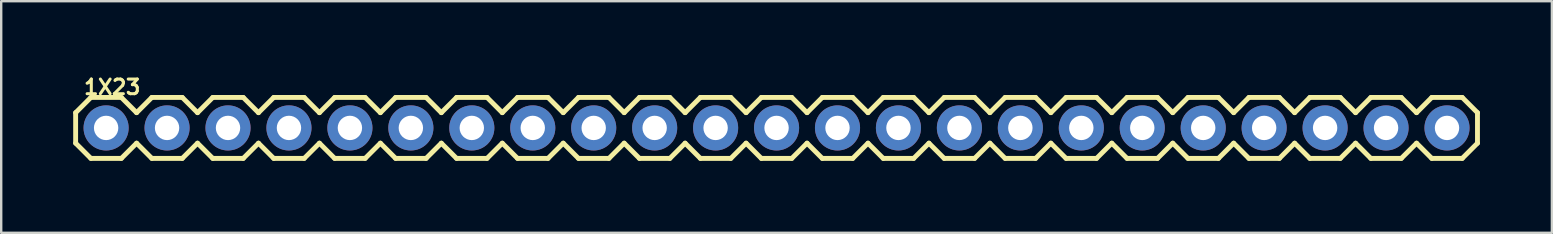
<source format=kicad_pcb>
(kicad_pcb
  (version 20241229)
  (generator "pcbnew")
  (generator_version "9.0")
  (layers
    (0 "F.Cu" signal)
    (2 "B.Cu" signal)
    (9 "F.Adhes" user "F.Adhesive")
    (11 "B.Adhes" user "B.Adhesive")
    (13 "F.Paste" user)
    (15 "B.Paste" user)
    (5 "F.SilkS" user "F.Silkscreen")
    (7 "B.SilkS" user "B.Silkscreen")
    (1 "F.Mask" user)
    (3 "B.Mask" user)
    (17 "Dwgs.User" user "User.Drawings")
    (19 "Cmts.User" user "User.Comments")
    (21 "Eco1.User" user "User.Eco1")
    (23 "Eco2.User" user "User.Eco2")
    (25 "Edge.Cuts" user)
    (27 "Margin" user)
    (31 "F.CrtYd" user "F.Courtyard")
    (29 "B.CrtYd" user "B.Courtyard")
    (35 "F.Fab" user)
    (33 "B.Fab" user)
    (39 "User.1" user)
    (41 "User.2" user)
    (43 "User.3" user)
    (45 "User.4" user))
  (footprint "1X23"
    (layer "F.Cu")
    (at 28.042 2.281)
    (property "Reference" "1X23" (at -26.416 -1.702 0) (layer "F.SilkS") (effects (font (size 0.61 0.61) (thickness 0.127))))
    (attr exclude_from_pos_files exclude_from_bom)
    (fp_line (start -27.94 -0.635) (end -27.94 0.635) (stroke (width 0.203) (type solid)) (layer "F.SilkS"))
    (fp_line (start -27.94 -0.635) (end -27.305 -1.27) (stroke (width 0.203) (type solid)) (layer "F.SilkS"))
    (fp_line (start -27.305 -1.27) (end -26.035 -1.27) (stroke (width 0.203) (type solid)) (layer "F.SilkS"))
    (fp_line (start -27.305 1.27) (end -27.94 0.635) (stroke (width 0.203) (type solid)) (layer "F.SilkS"))
    (fp_line (start -26.035 -1.27) (end -25.4 -0.635) (stroke (width 0.203) (type solid)) (layer "F.SilkS"))
    (fp_line (start -26.035 1.27) (end -27.305 1.27) (stroke (width 0.203) (type solid)) (layer "F.SilkS"))
    (fp_line (start -25.4 -0.635) (end -24.765 -1.27) (stroke (width 0.203) (type solid)) (layer "F.SilkS"))
    (fp_line (start -25.4 0.635) (end -26.035 1.27) (stroke (width 0.203) (type solid)) (layer "F.SilkS"))
    (fp_line (start -24.765 -1.27) (end -23.495 -1.27) (stroke (width 0.203) (type solid)) (layer "F.SilkS"))
    (fp_line (start -24.765 1.27) (end -25.4 0.635) (stroke (width 0.203) (type solid)) (layer "F.SilkS"))
    (fp_line (start -23.495 -1.27) (end -22.86 -0.635) (stroke (width 0.203) (type solid)) (layer "F.SilkS"))
    (fp_line (start -23.495 1.27) (end -24.765 1.27) (stroke (width 0.203) (type solid)) (layer "F.SilkS"))
    (fp_line (start -22.86 0.635) (end -23.495 1.27) (stroke (width 0.203) (type solid)) (layer "F.SilkS"))
    (fp_line (start -22.86 0.635) (end -22.225 1.27) (stroke (width 0.203) (type solid)) (layer "F.SilkS"))
    (fp_line (start -22.225 -1.27) (end -22.86 -0.635) (stroke (width 0.203) (type solid)) (layer "F.SilkS"))
    (fp_line (start -22.225 -1.27) (end -20.955 -1.27) (stroke (width 0.203) (type solid)) (layer "F.SilkS"))
    (fp_line (start -20.955 -1.27) (end -20.32 -0.635) (stroke (width 0.203) (type solid)) (layer "F.SilkS"))
    (fp_line (start -20.955 1.27) (end -22.225 1.27) (stroke (width 0.203) (type solid)) (layer "F.SilkS"))
    (fp_line (start -20.32 -0.635) (end -19.685 -1.27) (stroke (width 0.203) (type solid)) (layer "F.SilkS"))
    (fp_line (start -20.32 0.635) (end -20.955 1.27) (stroke (width 0.203) (type solid)) (layer "F.SilkS"))
    (fp_line (start -19.685 -1.27) (end -18.415 -1.27) (stroke (width 0.203) (type solid)) (layer "F.SilkS"))
    (fp_line (start -19.685 1.27) (end -20.32 0.635) (stroke (width 0.203) (type solid)) (layer "F.SilkS"))
    (fp_line (start -18.415 -1.27) (end -17.78 -0.635) (stroke (width 0.203) (type solid)) (layer "F.SilkS"))
    (fp_line (start -18.415 1.27) (end -19.685 1.27) (stroke (width 0.203) (type solid)) (layer "F.SilkS"))
    (fp_line (start -17.78 -0.635) (end -17.145 -1.27) (stroke (width 0.203) (type solid)) (layer "F.SilkS"))
    (fp_line (start -17.78 0.635) (end -18.415 1.27) (stroke (width 0.203) (type solid)) (layer "F.SilkS"))
    (fp_line (start -17.145 -1.27) (end -15.875 -1.27) (stroke (width 0.203) (type solid)) (layer "F.SilkS"))
    (fp_line (start -17.145 1.27) (end -17.78 0.635) (stroke (width 0.203) (type solid)) (layer "F.SilkS"))
    (fp_line (start -15.875 -1.27) (end -15.24 -0.635) (stroke (width 0.203) (type solid)) (layer "F.SilkS"))
    (fp_line (start -15.875 1.27) (end -17.145 1.27) (stroke (width 0.203) (type solid)) (layer "F.SilkS"))
    (fp_line (start -15.24 0.635) (end -15.875 1.27) (stroke (width 0.203) (type solid)) (layer "F.SilkS"))
    (fp_line (start -15.24 0.635) (end -14.605 1.27) (stroke (width 0.203) (type solid)) (layer "F.SilkS"))
    (fp_line (start -14.605 -1.27) (end -15.24 -0.635) (stroke (width 0.203) (type solid)) (layer "F.SilkS"))
    (fp_line (start -14.605 -1.27) (end -13.335 -1.27) (stroke (width 0.203) (type solid)) (layer "F.SilkS"))
    (fp_line (start -13.335 -1.27) (end -12.7 -0.635) (stroke (width 0.203) (type solid)) (layer "F.SilkS"))
    (fp_line (start -13.335 1.27) (end -14.605 1.27) (stroke (width 0.203) (type solid)) (layer "F.SilkS"))
    (fp_line (start -12.7 0.635) (end -13.335 1.27) (stroke (width 0.203) (type solid)) (layer "F.SilkS"))
    (fp_line (start -12.7 0.635) (end -12.065 1.27) (stroke (width 0.203) (type solid)) (layer "F.SilkS"))
    (fp_line (start -12.065 -1.27) (end -12.7 -0.635) (stroke (width 0.203) (type solid)) (layer "F.SilkS"))
    (fp_line (start -12.065 -1.27) (end -10.795 -1.27) (stroke (width 0.203) (type solid)) (layer "F.SilkS"))
    (fp_line (start -10.795 -1.27) (end -10.16 -0.635) (stroke (width 0.203) (type solid)) (layer "F.SilkS"))
    (fp_line (start -10.795 1.27) (end -12.065 1.27) (stroke (width 0.203) (type solid)) (layer "F.SilkS"))
    (fp_line (start -10.16 -0.635) (end -9.525 -1.27) (stroke (width 0.203) (type solid)) (layer "F.SilkS"))
    (fp_line (start -10.16 0.635) (end -10.795 1.27) (stroke (width 0.203) (type solid)) (layer "F.SilkS"))
    (fp_line (start -9.525 -1.27) (end -8.255 -1.27) (stroke (width 0.203) (type solid)) (layer "F.SilkS"))
    (fp_line (start -9.525 1.27) (end -10.16 0.635) (stroke (width 0.203) (type solid)) (layer "F.SilkS"))
    (fp_line (start -8.255 -1.27) (end -7.62 -0.635) (stroke (width 0.203) (type solid)) (layer "F.SilkS"))
    (fp_line (start -8.255 1.27) (end -9.525 1.27) (stroke (width 0.203) (type solid)) (layer "F.SilkS"))
    (fp_line (start -7.62 -0.635) (end -6.985 -1.27) (stroke (width 0.203) (type solid)) (layer "F.SilkS"))
    (fp_line (start -7.62 0.635) (end -8.255 1.27) (stroke (width 0.203) (type solid)) (layer "F.SilkS"))
    (fp_line (start -6.985 -1.27) (end -5.715 -1.27) (stroke (width 0.203) (type solid)) (layer "F.SilkS"))
    (fp_line (start -6.985 1.27) (end -7.62 0.635) (stroke (width 0.203) (type solid)) (layer "F.SilkS"))
    (fp_line (start -5.715 -1.27) (end -5.08 -0.635) (stroke (width 0.203) (type solid)) (layer "F.SilkS"))
    (fp_line (start -5.715 1.27) (end -6.985 1.27) (stroke (width 0.203) (type solid)) (layer "F.SilkS"))
    (fp_line (start -5.08 0.635) (end -5.715 1.27) (stroke (width 0.203) (type solid)) (layer "F.SilkS"))
    (fp_line (start -5.08 0.635) (end -4.445 1.27) (stroke (width 0.203) (type solid)) (layer "F.SilkS"))
    (fp_line (start -4.445 -1.27) (end -5.08 -0.635) (stroke (width 0.203) (type solid)) (layer "F.SilkS"))
    (fp_line (start -4.445 -1.27) (end -3.175 -1.27) (stroke (width 0.203) (type solid)) (layer "F.SilkS"))
    (fp_line (start -3.175 -1.27) (end -2.54 -0.635) (stroke (width 0.203) (type solid)) (layer "F.SilkS"))
    (fp_line (start -3.175 1.27) (end -4.445 1.27) (stroke (width 0.203) (type solid)) (layer "F.SilkS"))
    (fp_line (start -2.54 -0.635) (end -1.905 -1.27) (stroke (width 0.203) (type solid)) (layer "F.SilkS"))
    (fp_line (start -2.54 0.635) (end -3.175 1.27) (stroke (width 0.203) (type solid)) (layer "F.SilkS"))
    (fp_line (start -1.905 -1.27) (end -0.635 -1.27) (stroke (width 0.203) (type solid)) (layer "F.SilkS"))
    (fp_line (start -1.905 1.27) (end -2.54 0.635) (stroke (width 0.203) (type solid)) (layer "F.SilkS"))
    (fp_line (start -0.635 -1.27) (end 0 -0.635) (stroke (width 0.203) (type solid)) (layer "F.SilkS"))
    (fp_line (start -0.635 1.27) (end -1.905 1.27) (stroke (width 0.203) (type solid)) (layer "F.SilkS"))
    (fp_line (start 0 -0.635) (end 0.635 -1.27) (stroke (width 0.203) (type solid)) (layer "F.SilkS"))
    (fp_line (start 0 0.635) (end -0.635 1.27) (stroke (width 0.203) (type solid)) (layer "F.SilkS"))
    (fp_line (start 0.635 -1.27) (end 1.905 -1.27) (stroke (width 0.203) (type solid)) (layer "F.SilkS"))
    (fp_line (start 0.635 1.27) (end 0 0.635) (stroke (width 0.203) (type solid)) (layer "F.SilkS"))
    (fp_line (start 1.905 -1.27) (end 2.54 -0.635) (stroke (width 0.203) (type solid)) (layer "F.SilkS"))
    (fp_line (start 1.905 1.27) (end 0.635 1.27) (stroke (width 0.203) (type solid)) (layer "F.SilkS"))
    (fp_line (start 2.54 0.635) (end 1.905 1.27) (stroke (width 0.203) (type solid)) (layer "F.SilkS"))
    (fp_line (start 2.54 0.635) (end 3.175 1.27) (stroke (width 0.203) (type solid)) (layer "F.SilkS"))
    (fp_line (start 3.175 -1.27) (end 2.54 -0.635) (stroke (width 0.203) (type solid)) (layer "F.SilkS"))
    (fp_line (start 3.175 -1.27) (end 4.445 -1.27) (stroke (width 0.203) (type solid)) (layer "F.SilkS"))
    (fp_line (start 4.445 -1.27) (end 5.08 -0.635) (stroke (width 0.203) (type solid)) (layer "F.SilkS"))
    (fp_line (start 4.445 1.27) (end 3.175 1.27) (stroke (width 0.203) (type solid)) (layer "F.SilkS"))
    (fp_line (start 5.08 0.635) (end 4.445 1.27) (stroke (width 0.203) (type solid)) (layer "F.SilkS"))
    (fp_line (start 5.08 0.635) (end 5.715 1.27) (stroke (width 0.203) (type solid)) (layer "F.SilkS"))
    (fp_line (start 5.715 -1.27) (end 5.08 -0.635) (stroke (width 0.203) (type solid)) (layer "F.SilkS"))
    (fp_line (start 5.715 -1.27) (end 6.985 -1.27) (stroke (width 0.203) (type solid)) (layer "F.SilkS"))
    (fp_line (start 6.985 -1.27) (end 7.62 -0.635) (stroke (width 0.203) (type solid)) (layer "F.SilkS"))
    (fp_line (start 6.985 1.27) (end 5.715 1.27) (stroke (width 0.203) (type solid)) (layer "F.SilkS"))
    (fp_line (start 7.62 0.635) (end 6.985 1.27) (stroke (width 0.203) (type solid)) (layer "F.SilkS"))
    (fp_line (start 7.62 0.635) (end 8.255 1.27) (stroke (width 0.203) (type solid)) (layer "F.SilkS"))
    (fp_line (start 8.255 -1.27) (end 7.62 -0.635) (stroke (width 0.203) (type solid)) (layer "F.SilkS"))
    (fp_line (start 8.255 -1.27) (end 9.525 -1.27) (stroke (width 0.203) (type solid)) (layer "F.SilkS"))
    (fp_line (start 9.525 -1.27) (end 10.16 -0.635) (stroke (width 0.203) (type solid)) (layer "F.SilkS"))
    (fp_line (start 9.525 1.27) (end 8.255 1.27) (stroke (width 0.203) (type solid)) (layer "F.SilkS"))
    (fp_line (start 10.16 0.635) (end 9.525 1.27) (stroke (width 0.203) (type solid)) (layer "F.SilkS"))
    (fp_line (start 10.16 0.635) (end 10.795 1.27) (stroke (width 0.203) (type solid)) (layer "F.SilkS"))
    (fp_line (start 10.795 -1.27) (end 10.16 -0.635) (stroke (width 0.203) (type solid)) (layer "F.SilkS"))
    (fp_line (start 10.795 -1.27) (end 12.065 -1.27) (stroke (width 0.203) (type solid)) (layer "F.SilkS"))
    (fp_line (start 12.065 -1.27) (end 12.7 -0.635) (stroke (width 0.203) (type solid)) (layer "F.SilkS"))
    (fp_line (start 12.065 1.27) (end 10.795 1.27) (stroke (width 0.203) (type solid)) (layer "F.SilkS"))
    (fp_line (start 12.7 0.635) (end 12.065 1.27) (stroke (width 0.203) (type solid)) (layer "F.SilkS"))
    (fp_line (start 12.7 0.635) (end 13.335 1.27) (stroke (width 0.203) (type solid)) (layer "F.SilkS"))
    (fp_line (start 13.335 -1.27) (end 12.7 -0.635) (stroke (width 0.203) (type solid)) (layer "F.SilkS"))
    (fp_line (start 13.335 -1.27) (end 14.605 -1.27) (stroke (width 0.203) (type solid)) (layer "F.SilkS"))
    (fp_line (start 14.605 -1.27) (end 15.24 -0.635) (stroke (width 0.203) (type solid)) (layer "F.SilkS"))
    (fp_line (start 14.605 1.27) (end 13.335 1.27) (stroke (width 0.203) (type solid)) (layer "F.SilkS"))
    (fp_line (start 15.24 0.635) (end 14.605 1.27) (stroke (width 0.203) (type solid)) (layer "F.SilkS"))
    (fp_line (start 15.24 0.635) (end 15.875 1.27) (stroke (width 0.203) (type solid)) (layer "F.SilkS"))
    (fp_line (start 15.875 -1.27) (end 15.24 -0.635) (stroke (width 0.203) (type solid)) (layer "F.SilkS"))
    (fp_line (start 15.875 -1.27) (end 17.145 -1.27) (stroke (width 0.203) (type solid)) (layer "F.SilkS"))
    (fp_line (start 17.145 -1.27) (end 17.78 -0.635) (stroke (width 0.203) (type solid)) (layer "F.SilkS"))
    (fp_line (start 17.145 1.27) (end 15.875 1.27) (stroke (width 0.203) (type solid)) (layer "F.SilkS"))
    (fp_line (start 17.78 0.635) (end 17.145 1.27) (stroke (width 0.203) (type solid)) (layer "F.SilkS"))
    (fp_line (start 17.78 0.635) (end 18.415 1.27) (stroke (width 0.203) (type solid)) (layer "F.SilkS"))
    (fp_line (start 18.415 -1.27) (end 17.78 -0.635) (stroke (width 0.203) (type solid)) (layer "F.SilkS"))
    (fp_line (start 18.415 -1.27) (end 19.685 -1.27) (stroke (width 0.203) (type solid)) (layer "F.SilkS"))
    (fp_line (start 19.685 -1.27) (end 20.32 -0.635) (stroke (width 0.203) (type solid)) (layer "F.SilkS"))
    (fp_line (start 19.685 1.27) (end 18.415 1.27) (stroke (width 0.203) (type solid)) (layer "F.SilkS"))
    (fp_line (start 20.32 0.635) (end 19.685 1.27) (stroke (width 0.203) (type solid)) (layer "F.SilkS"))
    (fp_line (start 20.32 0.635) (end 20.955 1.27) (stroke (width 0.203) (type solid)) (layer "F.SilkS"))
    (fp_line (start 20.955 -1.27) (end 20.32 -0.635) (stroke (width 0.203) (type solid)) (layer "F.SilkS"))
    (fp_line (start 20.955 -1.27) (end 22.225 -1.27) (stroke (width 0.203) (type solid)) (layer "F.SilkS"))
    (fp_line (start 22.225 -1.27) (end 22.86 -0.635) (stroke (width 0.203) (type solid)) (layer "F.SilkS"))
    (fp_line (start 22.225 1.27) (end 20.955 1.27) (stroke (width 0.203) (type solid)) (layer "F.SilkS"))
    (fp_line (start 22.86 0.635) (end 22.225 1.27) (stroke (width 0.203) (type solid)) (layer "F.SilkS"))
    (fp_line (start 22.86 0.635) (end 23.495 1.27) (stroke (width 0.203) (type solid)) (layer "F.SilkS"))
    (fp_line (start 23.495 -1.27) (end 22.86 -0.635) (stroke (width 0.203) (type solid)) (layer "F.SilkS"))
    (fp_line (start 23.495 -1.27) (end 24.765 -1.27) (stroke (width 0.203) (type solid)) (layer "F.SilkS"))
    (fp_line (start 24.765 -1.27) (end 25.4 -0.635) (stroke (width 0.203) (type solid)) (layer "F.SilkS"))
    (fp_line (start 24.765 1.27) (end 23.495 1.27) (stroke (width 0.203) (type solid)) (layer "F.SilkS"))
    (fp_line (start 25.4 0.635) (end 24.765 1.27) (stroke (width 0.203) (type solid)) (layer "F.SilkS"))
    (fp_line (start 25.4 0.635) (end 26.035 1.27) (stroke (width 0.203) (type solid)) (layer "F.SilkS"))
    (fp_line (start 26.035 -1.27) (end 25.4 -0.635) (stroke (width 0.203) (type solid)) (layer "F.SilkS"))
    (fp_line (start 26.035 -1.27) (end 27.305 -1.27) (stroke (width 0.203) (type solid)) (layer "F.SilkS"))
    (fp_line (start 27.305 -1.27) (end 27.94 -0.635) (stroke (width 0.203) (type solid)) (layer "F.SilkS"))
    (fp_line (start 27.305 1.27) (end 26.035 1.27) (stroke (width 0.203) (type solid)) (layer "F.SilkS"))
    (fp_line (start 27.94 0.635) (end 27.305 1.27) (stroke (width 0.203) (type solid)) (layer "F.SilkS"))
    (fp_line (start 27.94 0.635) (end 28.575 1.27) (stroke (width 0.203) (type solid)) (layer "F.SilkS"))
    (fp_line (start 28.575 -1.27) (end 27.94 -0.635) (stroke (width 0.203) (type solid)) (layer "F.SilkS"))
    (fp_line (start 28.575 -1.27) (end 29.845 -1.27) (stroke (width 0.203) (type solid)) (layer "F.SilkS"))
    (fp_line (start 29.845 -1.27) (end 30.48 -0.635) (stroke (width 0.203) (type solid)) (layer "F.SilkS"))
    (fp_line (start 29.845 1.27) (end 28.575 1.27) (stroke (width 0.203) (type solid)) (layer "F.SilkS"))
    (fp_line (start 30.48 -0.635) (end 30.48 0.635) (stroke (width 0.203) (type solid)) (layer "F.SilkS"))
    (fp_line (start 30.48 0.635) (end 29.845 1.27) (stroke (width 0.203) (type solid)) (layer "F.SilkS"))
    (fp_line (start -26.924 -0.254) (end -26.416 -0.254) (stroke (width 0.066) (type solid)) (layer "Dwgs.User"))
    (fp_line (start -26.924 0.254) (end -26.924 -0.254) (stroke (width 0.066) (type solid)) (layer "Dwgs.User"))
    (fp_line (start -26.924 0.254) (end -26.416 0.254) (stroke (width 0.066) (type solid)) (layer "Dwgs.User"))
    (fp_line (start -26.416 0.254) (end -26.416 -0.254) (stroke (width 0.066) (type solid)) (layer "Dwgs.User"))
    (fp_line (start -24.384 -0.254) (end -23.876 -0.254) (stroke (width 0.066) (type solid)) (layer "Dwgs.User"))
    (fp_line (start -24.384 0.254) (end -24.384 -0.254) (stroke (width 0.066) (type solid)) (layer "Dwgs.User"))
    (fp_line (start -24.384 0.254) (end -23.876 0.254) (stroke (width 0.066) (type solid)) (layer "Dwgs.User"))
    (fp_line (start -23.876 0.254) (end -23.876 -0.254) (stroke (width 0.066) (type solid)) (layer "Dwgs.User"))
    (fp_line (start -21.844 -0.254) (end -21.336 -0.254) (stroke (width 0.066) (type solid)) (layer "Dwgs.User"))
    (fp_line (start -21.844 0.254) (end -21.844 -0.254) (stroke (width 0.066) (type solid)) (layer "Dwgs.User"))
    (fp_line (start -21.844 0.254) (end -21.336 0.254) (stroke (width 0.066) (type solid)) (layer "Dwgs.User"))
    (fp_line (start -21.336 0.254) (end -21.336 -0.254) (stroke (width 0.066) (type solid)) (layer "Dwgs.User"))
    (fp_line (start -19.304 -0.254) (end -18.796 -0.254) (stroke (width 0.066) (type solid)) (layer "Dwgs.User"))
    (fp_line (start -19.304 0.254) (end -19.304 -0.254) (stroke (width 0.066) (type solid)) (layer "Dwgs.User"))
    (fp_line (start -19.304 0.254) (end -18.796 0.254) (stroke (width 0.066) (type solid)) (layer "Dwgs.User"))
    (fp_line (start -18.796 0.254) (end -18.796 -0.254) (stroke (width 0.066) (type solid)) (layer "Dwgs.User"))
    (fp_line (start -16.764 -0.254) (end -16.256 -0.254) (stroke (width 0.066) (type solid)) (layer "Dwgs.User"))
    (fp_line (start -16.764 0.254) (end -16.764 -0.254) (stroke (width 0.066) (type solid)) (layer "Dwgs.User"))
    (fp_line (start -16.764 0.254) (end -16.256 0.254) (stroke (width 0.066) (type solid)) (layer "Dwgs.User"))
    (fp_line (start -16.256 0.254) (end -16.256 -0.254) (stroke (width 0.066) (type solid)) (layer "Dwgs.User"))
    (fp_line (start -14.224 -0.254) (end -13.716 -0.254) (stroke (width 0.066) (type solid)) (layer "Dwgs.User"))
    (fp_line (start -14.224 0.254) (end -14.224 -0.254) (stroke (width 0.066) (type solid)) (layer "Dwgs.User"))
    (fp_line (start -14.224 0.254) (end -13.716 0.254) (stroke (width 0.066) (type solid)) (layer "Dwgs.User"))
    (fp_line (start -13.716 0.254) (end -13.716 -0.254) (stroke (width 0.066) (type solid)) (layer "Dwgs.User"))
    (fp_line (start -11.684 -0.254) (end -11.176 -0.254) (stroke (width 0.066) (type solid)) (layer "Dwgs.User"))
    (fp_line (start -11.684 0.254) (end -11.684 -0.254) (stroke (width 0.066) (type solid)) (layer "Dwgs.User"))
    (fp_line (start -11.684 0.254) (end -11.176 0.254) (stroke (width 0.066) (type solid)) (layer "Dwgs.User"))
    (fp_line (start -11.176 0.254) (end -11.176 -0.254) (stroke (width 0.066) (type solid)) (layer "Dwgs.User"))
    (fp_line (start -9.144 -0.254) (end -8.636 -0.254) (stroke (width 0.066) (type solid)) (layer "Dwgs.User"))
    (fp_line (start -9.144 0.254) (end -9.144 -0.254) (stroke (width 0.066) (type solid)) (layer "Dwgs.User"))
    (fp_line (start -9.144 0.254) (end -8.636 0.254) (stroke (width 0.066) (type solid)) (layer "Dwgs.User"))
    (fp_line (start -8.636 0.254) (end -8.636 -0.254) (stroke (width 0.066) (type solid)) (layer "Dwgs.User"))
    (fp_line (start -6.604 -0.254) (end -6.096 -0.254) (stroke (width 0.066) (type solid)) (layer "Dwgs.User"))
    (fp_line (start -6.604 0.254) (end -6.604 -0.254) (stroke (width 0.066) (type solid)) (layer "Dwgs.User"))
    (fp_line (start -6.604 0.254) (end -6.096 0.254) (stroke (width 0.066) (type solid)) (layer "Dwgs.User"))
    (fp_line (start -6.096 0.254) (end -6.096 -0.254) (stroke (width 0.066) (type solid)) (layer "Dwgs.User"))
    (fp_line (start -4.064 -0.254) (end -3.556 -0.254) (stroke (width 0.066) (type solid)) (layer "Dwgs.User"))
    (fp_line (start -4.064 0.254) (end -4.064 -0.254) (stroke (width 0.066) (type solid)) (layer "Dwgs.User"))
    (fp_line (start -4.064 0.254) (end -3.556 0.254) (stroke (width 0.066) (type solid)) (layer "Dwgs.User"))
    (fp_line (start -3.556 0.254) (end -3.556 -0.254) (stroke (width 0.066) (type solid)) (layer "Dwgs.User"))
    (fp_line (start -1.524 -0.254) (end -1.016 -0.254) (stroke (width 0.066) (type solid)) (layer "Dwgs.User"))
    (fp_line (start -1.524 0.254) (end -1.524 -0.254) (stroke (width 0.066) (type solid)) (layer "Dwgs.User"))
    (fp_line (start -1.524 0.254) (end -1.016 0.254) (stroke (width 0.066) (type solid)) (layer "Dwgs.User"))
    (fp_line (start -1.016 0.254) (end -1.016 -0.254) (stroke (width 0.066) (type solid)) (layer "Dwgs.User"))
    (fp_line (start 1.016 -0.254) (end 1.524 -0.254) (stroke (width 0.066) (type solid)) (layer "Dwgs.User"))
    (fp_line (start 1.016 0.254) (end 1.016 -0.254) (stroke (width 0.066) (type solid)) (layer "Dwgs.User"))
    (fp_line (start 1.016 0.254) (end 1.524 0.254) (stroke (width 0.066) (type solid)) (layer "Dwgs.User"))
    (fp_line (start 1.524 0.254) (end 1.524 -0.254) (stroke (width 0.066) (type solid)) (layer "Dwgs.User"))
    (fp_line (start 3.556 -0.254) (end 4.064 -0.254) (stroke (width 0.066) (type solid)) (layer "Dwgs.User"))
    (fp_line (start 3.556 0.254) (end 3.556 -0.254) (stroke (width 0.066) (type solid)) (layer "Dwgs.User"))
    (fp_line (start 3.556 0.254) (end 4.064 0.254) (stroke (width 0.066) (type solid)) (layer "Dwgs.User"))
    (fp_line (start 4.064 0.254) (end 4.064 -0.254) (stroke (width 0.066) (type solid)) (layer "Dwgs.User"))
    (fp_line (start 6.096 -0.254) (end 6.604 -0.254) (stroke (width 0.066) (type solid)) (layer "Dwgs.User"))
    (fp_line (start 6.096 0.254) (end 6.096 -0.254) (stroke (width 0.066) (type solid)) (layer "Dwgs.User"))
    (fp_line (start 6.096 0.254) (end 6.604 0.254) (stroke (width 0.066) (type solid)) (layer "Dwgs.User"))
    (fp_line (start 6.604 0.254) (end 6.604 -0.254) (stroke (width 0.066) (type solid)) (layer "Dwgs.User"))
    (fp_line (start 8.636 -0.254) (end 9.144 -0.254) (stroke (width 0.066) (type solid)) (layer "Dwgs.User"))
    (fp_line (start 8.636 0.254) (end 8.636 -0.254) (stroke (width 0.066) (type solid)) (layer "Dwgs.User"))
    (fp_line (start 8.636 0.254) (end 9.144 0.254) (stroke (width 0.066) (type solid)) (layer "Dwgs.User"))
    (fp_line (start 9.144 0.254) (end 9.144 -0.254) (stroke (width 0.066) (type solid)) (layer "Dwgs.User"))
    (fp_line (start 11.176 -0.254) (end 11.684 -0.254) (stroke (width 0.066) (type solid)) (layer "Dwgs.User"))
    (fp_line (start 11.176 0.254) (end 11.176 -0.254) (stroke (width 0.066) (type solid)) (layer "Dwgs.User"))
    (fp_line (start 11.176 0.254) (end 11.684 0.254) (stroke (width 0.066) (type solid)) (layer "Dwgs.User"))
    (fp_line (start 11.684 0.254) (end 11.684 -0.254) (stroke (width 0.066) (type solid)) (layer "Dwgs.User"))
    (fp_line (start 13.716 -0.254) (end 14.224 -0.254) (stroke (width 0.066) (type solid)) (layer "Dwgs.User"))
    (fp_line (start 13.716 0.254) (end 13.716 -0.254) (stroke (width 0.066) (type solid)) (layer "Dwgs.User"))
    (fp_line (start 13.716 0.254) (end 14.224 0.254) (stroke (width 0.066) (type solid)) (layer "Dwgs.User"))
    (fp_line (start 14.224 0.254) (end 14.224 -0.254) (stroke (width 0.066) (type solid)) (layer "Dwgs.User"))
    (fp_line (start 16.256 -0.254) (end 16.764 -0.254) (stroke (width 0.066) (type solid)) (layer "Dwgs.User"))
    (fp_line (start 16.256 0.254) (end 16.256 -0.254) (stroke (width 0.066) (type solid)) (layer "Dwgs.User"))
    (fp_line (start 16.256 0.254) (end 16.764 0.254) (stroke (width 0.066) (type solid)) (layer "Dwgs.User"))
    (fp_line (start 16.764 0.254) (end 16.764 -0.254) (stroke (width 0.066) (type solid)) (layer "Dwgs.User"))
    (fp_line (start 18.796 -0.254) (end 19.304 -0.254) (stroke (width 0.066) (type solid)) (layer "Dwgs.User"))
    (fp_line (start 18.796 0.254) (end 18.796 -0.254) (stroke (width 0.066) (type solid)) (layer "Dwgs.User"))
    (fp_line (start 18.796 0.254) (end 19.304 0.254) (stroke (width 0.066) (type solid)) (layer "Dwgs.User"))
    (fp_line (start 19.304 0.254) (end 19.304 -0.254) (stroke (width 0.066) (type solid)) (layer "Dwgs.User"))
    (fp_line (start 21.336 -0.254) (end 21.844 -0.254) (stroke (width 0.066) (type solid)) (layer "Dwgs.User"))
    (fp_line (start 21.336 0.254) (end 21.336 -0.254) (stroke (width 0.066) (type solid)) (layer "Dwgs.User"))
    (fp_line (start 21.336 0.254) (end 21.844 0.254) (stroke (width 0.066) (type solid)) (layer "Dwgs.User"))
    (fp_line (start 21.844 0.254) (end 21.844 -0.254) (stroke (width 0.066) (type solid)) (layer "Dwgs.User"))
    (fp_line (start 23.876 -0.254) (end 24.384 -0.254) (stroke (width 0.066) (type solid)) (layer "Dwgs.User"))
    (fp_line (start 23.876 0.254) (end 23.876 -0.254) (stroke (width 0.066) (type solid)) (layer "Dwgs.User"))
    (fp_line (start 23.876 0.254) (end 24.384 0.254) (stroke (width 0.066) (type solid)) (layer "Dwgs.User"))
    (fp_line (start 24.384 0.254) (end 24.384 -0.254) (stroke (width 0.066) (type solid)) (layer "Dwgs.User"))
    (fp_line (start 26.416 -0.254) (end 26.924 -0.254) (stroke (width 0.066) (type solid)) (layer "Dwgs.User"))
    (fp_line (start 26.416 0.254) (end 26.416 -0.254) (stroke (width 0.066) (type solid)) (layer "Dwgs.User"))
    (fp_line (start 26.416 0.254) (end 26.924 0.254) (stroke (width 0.066) (type solid)) (layer "Dwgs.User"))
    (fp_line (start 26.924 0.254) (end 26.924 -0.254) (stroke (width 0.066) (type solid)) (layer "Dwgs.User"))
    (fp_line (start 28.953 -0.254) (end 29.464 -0.254) (stroke (width 0.066) (type solid)) (layer "Dwgs.User"))
    (fp_line (start 28.953 0.254) (end 28.953 -0.254) (stroke (width 0.066) (type solid)) (layer "Dwgs.User"))
    (fp_line (start 28.953 0.254) (end 29.464 0.254) (stroke (width 0.066) (type solid)) (layer "Dwgs.User"))
    (fp_line (start 29.464 0.254) (end 29.464 -0.254) (stroke (width 0.066) (type solid)) (layer "Dwgs.User"))
    (pad "2" thru_hole circle (at -26.67 0) (size 1.88 1.88) (drill 1.016) (layers "*.Cu" "*.Paste" "*.Mask"))
    (pad "3" thru_hole circle (at -24.13 0) (size 1.88 1.88) (drill 1.016) (layers "*.Cu" "*.Paste" "*.Mask"))
    (pad "4" thru_hole circle (at -21.59 0) (size 1.88 1.88) (drill 1.016) (layers "*.Cu" "*.Paste" "*.Mask"))
    (pad "5" thru_hole circle (at -19.05 0) (size 1.88 1.88) (drill 1.016) (layers "*.Cu" "*.Paste" "*.Mask"))
    (pad "6" thru_hole circle (at -16.51 0) (size 1.88 1.88) (drill 1.016) (layers "*.Cu" "*.Paste" "*.Mask"))
    (pad "7" thru_hole circle (at -13.97 0) (size 1.88 1.88) (drill 1.016) (layers "*.Cu" "*.Paste" "*.Mask"))
    (pad "8" thru_hole circle (at -11.43 0) (size 1.88 1.88) (drill 1.016) (layers "*.Cu" "*.Paste" "*.Mask"))
    (pad "9" thru_hole circle (at -8.89 0) (size 1.88 1.88) (drill 1.016) (layers "*.Cu" "*.Paste" "*.Mask"))
    (pad "10" thru_hole circle (at -6.35 0) (size 1.88 1.88) (drill 1.016) (layers "*.Cu" "*.Paste" "*.Mask"))
    (pad "11" thru_hole circle (at -3.81 0) (size 1.88 1.88) (drill 1.016) (layers "*.Cu" "*.Paste" "*.Mask"))
    (pad "12" thru_hole circle (at -1.27 0) (size 1.88 1.88) (drill 1.016) (layers "*.Cu" "*.Paste" "*.Mask"))
    (pad "13" thru_hole circle (at 1.27 0) (size 1.88 1.88) (drill 1.016) (layers "*.Cu" "*.Paste" "*.Mask"))
    (pad "14" thru_hole circle (at 3.81 0) (size 1.88 1.88) (drill 1.016) (layers "*.Cu" "*.Paste" "*.Mask"))
    (pad "15" thru_hole circle (at 6.35 0) (size 1.88 1.88) (drill 1.016) (layers "*.Cu" "*.Paste" "*.Mask"))
    (pad "16" thru_hole circle (at 8.89 0) (size 1.88 1.88) (drill 1.016) (layers "*.Cu" "*.Paste" "*.Mask"))
    (pad "17" thru_hole circle (at 11.43 0) (size 1.88 1.88) (drill 1.016) (layers "*.Cu" "*.Paste" "*.Mask"))
    (pad "18" thru_hole circle (at 13.97 0) (size 1.88 1.88) (drill 1.016) (layers "*.Cu" "*.Paste" "*.Mask"))
    (pad "19" thru_hole circle (at 16.51 0) (size 1.88 1.88) (drill 1.016) (layers "*.Cu" "*.Paste" "*.Mask"))
    (pad "20" thru_hole circle (at 19.05 0) (size 1.88 1.88) (drill 1.016) (layers "*.Cu" "*.Paste" "*.Mask"))
    (pad "21" thru_hole circle (at 21.59 0) (size 1.88 1.88) (drill 1.016) (layers "*.Cu" "*.Paste" "*.Mask"))
    (pad "22" thru_hole circle (at 24.13 0) (size 1.88 1.88) (drill 1.016) (layers "*.Cu" "*.Paste" "*.Mask"))
    (pad "23" thru_hole circle (at 26.67 0) (size 1.88 1.88) (drill 1.016) (layers "*.Cu" "*.Paste" "*.Mask"))
    (pad "24" thru_hole circle (at 29.21 0) (size 1.88 1.88) (drill 1.016) (layers "*.Cu" "*.Paste" "*.Mask")))
  (gr_rect
    (start -3 -3)
    (end 61.623 6.653)
    (stroke (width 0.1) (type default))
    (fill no)
    (layer "Edge.Cuts")))
</source>
